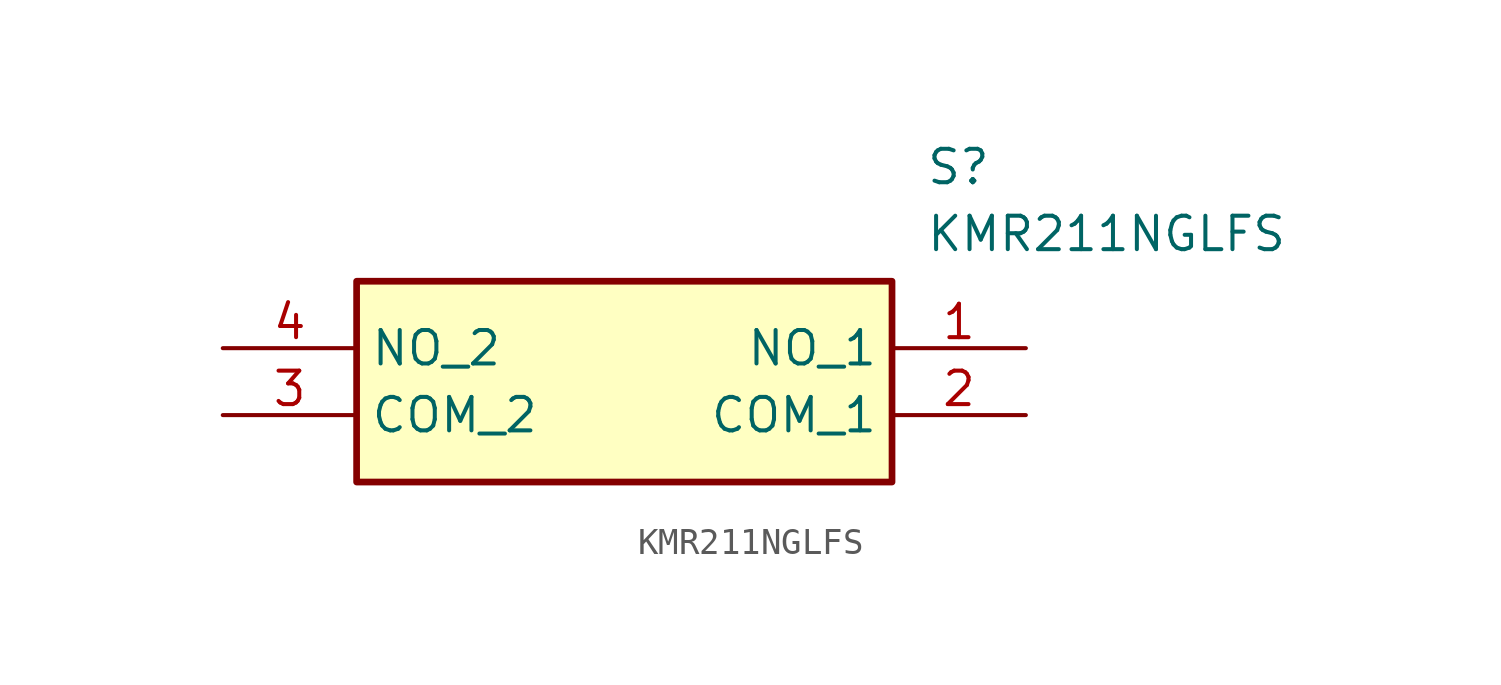
<source format=kicad_sym>
(kicad_symbol_lib
  (version 20211014)
  (generator SamacSys_ECAD_Model)
  (symbol "KMR211NGLFS"
    (property "Reference" "S"
      (at 26.67 7.62 0)
      (effects (font (size 1.27 1.27)) (justify left top)))
    (property "Value" "KMR211NGLFS"
      (at 26.67 5.08 0)
      (effects (font (size 1.27 1.27)) (justify left top)))
    (rectangle
      (start 5.08 2.54)
      (end 25.4 -5.08)
      (stroke (width 0.254) (type default))
      (fill (type background)))
    (pin passive line
      (at 30.48 0 180)
      (length 5.08)
      (name "NO_1" (effects (font (size 1.27 1.27))))
      (number "1" (effects (font (size 1.27 1.27)))))
    (pin passive line
      (at 30.48 -2.54 180)
      (length 5.08)
      (name "COM_1" (effects (font (size 1.27 1.27))))
      (number "2" (effects (font (size 1.27 1.27)))))
    (pin passive line
      (at 0 -2.54 0)
      (length 5.08)
      (name "COM_2" (effects (font (size 1.27 1.27))))
      (number "3" (effects (font (size 1.27 1.27)))))
    (pin passive line
      (at 0 0 0)
      (length 5.08)
      (name "NO_2" (effects (font (size 1.27 1.27))))
      (number "4" (effects (font (size 1.27 1.27)))))))
</source>
